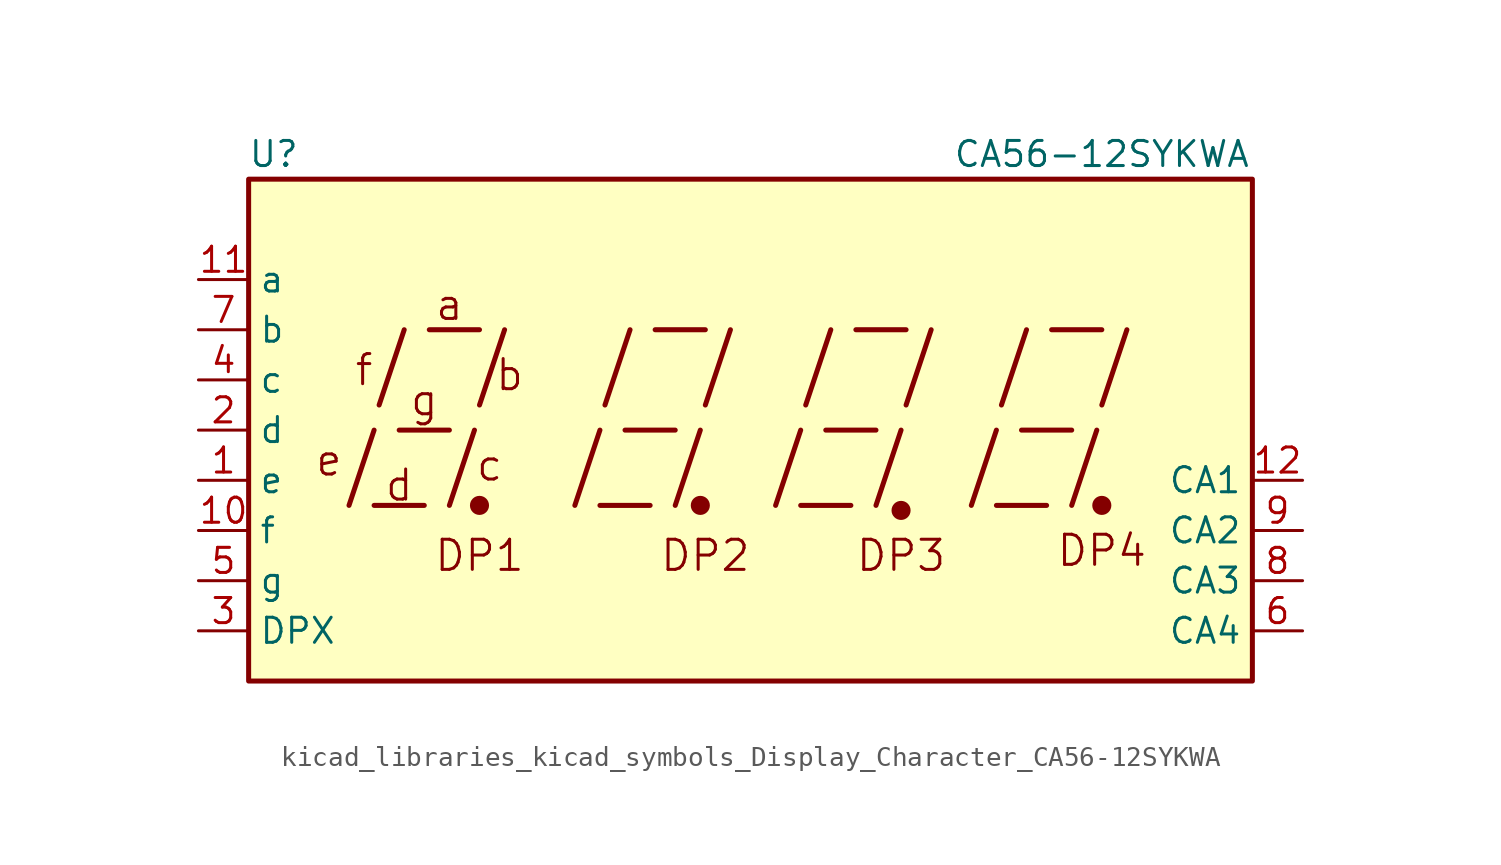
<source format=kicad_sym>
(kicad_symbol_lib
  (version 20220914)
  (generator kicad_symbol_editor)
  (symbol "kicad_libraries_kicad_symbols_Display_Character_CA56-12SYKWA"
    (property "Reference" "U"
      (at -24.13 13.97 0)
      (effects (font (size 1.27 1.27))))
    (property "Value" "CA56-12SYKWA"
      (at 17.78 13.97 0)
      (effects (font (size 1.27 1.27))))
    (symbol "kicad_libraries_kicad_symbols_Display_Character_CA56-12SYKWA_0_0"
      (rectangle (start -25.4 12.7) (end 25.4 -12.7) (stroke (width 0.254) (type default)) (fill (type background)))
      (polyline (pts (xy -20.32 -3.81) (xy -19.05 0)) (stroke (width 0.254) (type default)) (fill (type none)))
      (polyline (pts (xy -19.05 -3.81) (xy -16.51 -3.81)) (stroke (width 0.254) (type default)) (fill (type none)))
      (polyline (pts (xy -18.796 1.27) (xy -17.526 5.08)) (stroke (width 0.254) (type default)) (fill (type none)))
      (polyline (pts (xy -17.78 0) (xy -15.24 0)) (stroke (width 0.254) (type default)) (fill (type none)))
      (polyline (pts (xy -16.256 5.08) (xy -13.716 5.08)) (stroke (width 0.254) (type default)) (fill (type none)))
      (polyline (pts (xy -15.24 -3.81) (xy -13.97 0)) (stroke (width 0.254) (type default)) (fill (type none)))
      (polyline (pts (xy -13.716 1.27) (xy -12.446 5.08)) (stroke (width 0.254) (type default)) (fill (type none)))
      (polyline (pts (xy -8.89 -3.81) (xy -7.62 0)) (stroke (width 0.254) (type default)) (fill (type none)))
      (polyline (pts (xy -7.62 -3.81) (xy -5.08 -3.81)) (stroke (width 0.254) (type default)) (fill (type none)))
      (polyline (pts (xy -7.366 1.27) (xy -6.096 5.08)) (stroke (width 0.254) (type default)) (fill (type none)))
      (polyline (pts (xy -6.35 0) (xy -3.81 0)) (stroke (width 0.254) (type default)) (fill (type none)))
      (polyline (pts (xy -4.826 5.08) (xy -2.286 5.08)) (stroke (width 0.254) (type default)) (fill (type none)))
      (polyline (pts (xy -3.81 -3.81) (xy -2.54 0)) (stroke (width 0.254) (type default)) (fill (type none)))
      (polyline (pts (xy -2.286 1.27) (xy -1.016 5.08)) (stroke (width 0.254) (type default)) (fill (type none)))
      (polyline (pts (xy 1.27 -3.81) (xy 2.54 0)) (stroke (width 0.254) (type default)) (fill (type none)))
      (polyline (pts (xy 2.54 -3.81) (xy 5.08 -3.81)) (stroke (width 0.254) (type default)) (fill (type none)))
      (polyline (pts (xy 2.794 1.27) (xy 4.064 5.08)) (stroke (width 0.254) (type default)) (fill (type none)))
      (polyline (pts (xy 3.81 0) (xy 6.35 0)) (stroke (width 0.254) (type default)) (fill (type none)))
      (polyline (pts (xy 5.334 5.08) (xy 7.874 5.08)) (stroke (width 0.254) (type default)) (fill (type none)))
      (polyline (pts (xy 6.35 -3.81) (xy 7.62 0)) (stroke (width 0.254) (type default)) (fill (type none)))
      (polyline (pts (xy 7.874 1.27) (xy 9.144 5.08)) (stroke (width 0.254) (type default)) (fill (type none)))
      (polyline (pts (xy 11.176 -3.81) (xy 12.446 0)) (stroke (width 0.254) (type default)) (fill (type none)))
      (polyline (pts (xy 12.446 -3.81) (xy 14.986 -3.81)) (stroke (width 0.254) (type default)) (fill (type none)))
      (polyline (pts (xy 12.7 1.27) (xy 13.97 5.08)) (stroke (width 0.254) (type default)) (fill (type none)))
      (polyline (pts (xy 13.716 0) (xy 16.256 0)) (stroke (width 0.254) (type default)) (fill (type none)))
      (polyline (pts (xy 15.24 5.08) (xy 17.78 5.08)) (stroke (width 0.254) (type default)) (fill (type none)))
      (polyline (pts (xy 16.256 -3.81) (xy 17.526 0)) (stroke (width 0.254) (type default)) (fill (type none)))
      (polyline (pts (xy 17.78 1.27) (xy 19.05 5.08)) (stroke (width 0.254) (type default)) (fill (type none)))
      (text "a" (at -15.24 6.35 0) (effects (font (size 1.524 1.524))))
      (text "b" (at -12.192 2.794 0) (effects (font (size 1.524 1.524))))
      (text "c" (at -13.208 -1.778 0) (effects (font (size 1.524 1.524))))
      (text "d" (at -17.78 -2.794 0) (effects (font (size 1.524 1.524))))
      (text "DP1" (at -13.716 -6.35 0) (effects (font (size 1.524 1.524))))
      (text "DP2" (at -2.286 -6.35 0) (effects (font (size 1.524 1.524))))
      (text "DP3" (at 7.62 -6.35 0) (effects (font (size 1.524 1.524))))
      (text "DP4" (at 17.78 -6.096 0) (effects (font (size 1.524 1.524))))
      (text "e" (at -21.336 -1.524 0) (effects (font (size 1.524 1.524))))
      (text "f" (at -19.558 3.048 0) (effects (font (size 1.524 1.524))))
      (text "g" (at -16.51 1.524 0) (effects (font (size 1.524 1.524)))))
    (symbol "kicad_libraries_kicad_symbols_Display_Character_CA56-12SYKWA_0_1"
      (circle (center -13.716 -3.81) (radius 0.356) (stroke (width 0.254) (type default)) (fill (type outline)))
      (circle (center -2.54 -3.81) (radius 0.356) (stroke (width 0.254) (type default)) (fill (type outline))))
    (symbol "kicad_libraries_kicad_symbols_Display_Character_CA56-12SYKWA_1_0"
      (circle (center 7.62 -4.064) (radius 0.356) (stroke (width 0.254) (type default)) (fill (type outline)))
      (circle (center 17.78 -3.81) (radius 0.356) (stroke (width 0.254) (type default)) (fill (type outline))))
    (symbol "kicad_libraries_kicad_symbols_Display_Character_CA56-12SYKWA_1_1"
      (pin input line (at -27.94 -2.54 0) (length 2.54) (name "e" (effects (font (size 1.27 1.27)))) (number "1" (effects (font (size 1.27 1.27)))))
      (pin input line (at -27.94 -5.08 0) (length 2.54) (name "f" (effects (font (size 1.27 1.27)))) (number "10" (effects (font (size 1.27 1.27)))))
      (pin input line (at -27.94 7.62 0) (length 2.54) (name "a" (effects (font (size 1.27 1.27)))) (number "11" (effects (font (size 1.27 1.27)))))
      (pin input line (at 27.94 -2.54 180) (length 2.54) (name "CA1" (effects (font (size 1.27 1.27)))) (number "12" (effects (font (size 1.27 1.27)))))
      (pin input line (at -27.94 0 0) (length 2.54) (name "d" (effects (font (size 1.27 1.27)))) (number "2" (effects (font (size 1.27 1.27)))))
      (pin input line (at -27.94 -10.16 0) (length 2.54) (name "DPX" (effects (font (size 1.27 1.27)))) (number "3" (effects (font (size 1.27 1.27)))))
      (pin input line (at -27.94 2.54 0) (length 2.54) (name "c" (effects (font (size 1.27 1.27)))) (number "4" (effects (font (size 1.27 1.27)))))
      (pin input line (at -27.94 -7.62 0) (length 2.54) (name "g" (effects (font (size 1.27 1.27)))) (number "5" (effects (font (size 1.27 1.27)))))
      (pin input line (at 27.94 -10.16 180) (length 2.54) (name "CA4" (effects (font (size 1.27 1.27)))) (number "6" (effects (font (size 1.27 1.27)))))
      (pin input line (at -27.94 5.08 0) (length 2.54) (name "b" (effects (font (size 1.27 1.27)))) (number "7" (effects (font (size 1.27 1.27)))))
      (pin input line (at 27.94 -7.62 180) (length 2.54) (name "CA3" (effects (font (size 1.27 1.27)))) (number "8" (effects (font (size 1.27 1.27)))))
      (pin input line (at 27.94 -5.08 180) (length 2.54) (name "CA2" (effects (font (size 1.27 1.27)))) (number "9" (effects (font (size 1.27 1.27))))))))
</source>
